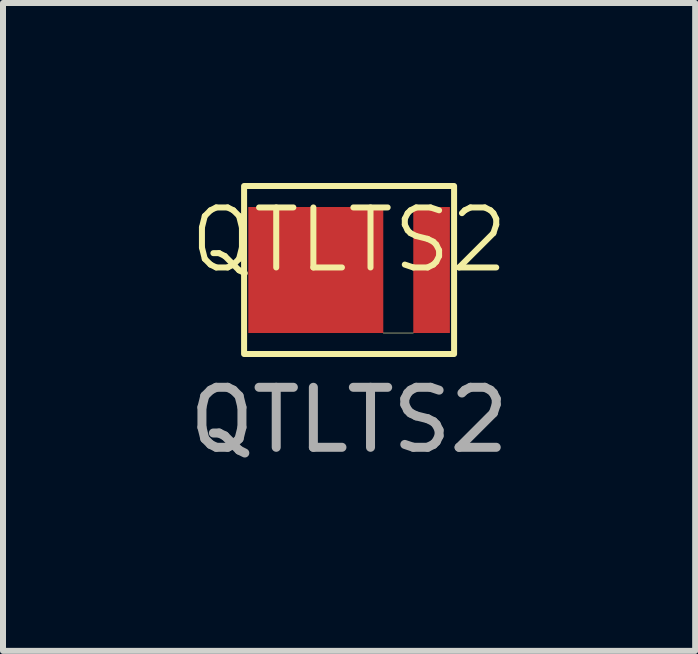
<source format=kicad_pcb>
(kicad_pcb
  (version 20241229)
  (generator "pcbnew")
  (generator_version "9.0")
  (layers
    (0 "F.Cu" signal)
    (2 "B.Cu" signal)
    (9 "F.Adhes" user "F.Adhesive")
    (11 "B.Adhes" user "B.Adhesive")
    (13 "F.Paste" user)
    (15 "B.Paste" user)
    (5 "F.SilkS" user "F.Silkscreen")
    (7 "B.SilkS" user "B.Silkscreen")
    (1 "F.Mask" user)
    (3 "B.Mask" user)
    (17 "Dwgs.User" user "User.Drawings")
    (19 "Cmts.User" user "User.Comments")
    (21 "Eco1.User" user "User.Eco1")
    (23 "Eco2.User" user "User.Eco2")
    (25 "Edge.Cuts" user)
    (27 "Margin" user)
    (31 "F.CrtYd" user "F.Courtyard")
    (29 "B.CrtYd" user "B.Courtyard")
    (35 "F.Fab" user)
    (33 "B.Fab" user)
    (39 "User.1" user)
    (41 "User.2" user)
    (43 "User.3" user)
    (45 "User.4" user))
  (footprint "QTLTS2"
    (layer "F.Cu")
    (at 2.768 1.45)
    (property "Reference" "QTLTS2" (at 0 -0.5 0) (unlocked yes) (layer "F.SilkS") (effects (font (size 1 1) (thickness 0.1))))
    (attr smd)
    (fp_line (start 0.57 1.05) (end 1.07 1.05) (stroke (width 0.01) (type default)) (layer "F.SilkS"))
    (fp_rect (start -1.75 1.4) (end 1.75 -1.4) (stroke (width 0.1) (type default)) (fill no) (layer "F.SilkS"))
    (fp_text user "${REFERENCE}" (at 0 2.5 0) (unlocked yes) (layer "F.Fab") (effects (font (size 1 1) (thickness 0.15))))
    (pad "1" smd rect (at -0.555 0 90) (size 2.1 2.25) (layers "F.Cu" "F.Mask" "F.Paste"))
    (pad "2" smd rect (at 1.375 0) (size 0.61 2.1) (layers "F.Cu" "F.Mask" "F.Paste")))
  (gr_rect
    (start -3 -3)
    (end 8.536 7.798)
    (stroke (width 0.1) (type default))
    (fill no)
    (layer "Edge.Cuts")))
</source>
